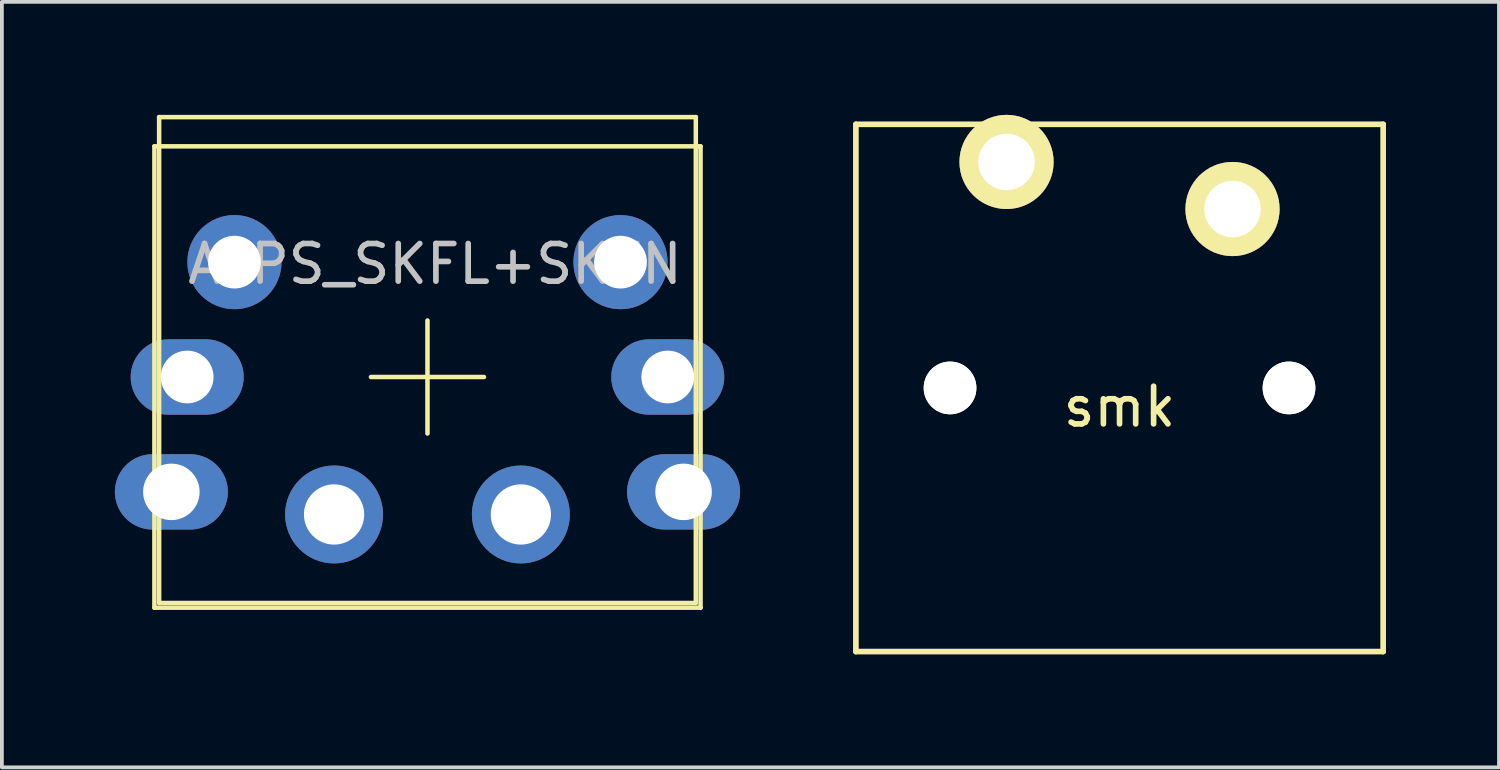
<source format=kicad_pcb>
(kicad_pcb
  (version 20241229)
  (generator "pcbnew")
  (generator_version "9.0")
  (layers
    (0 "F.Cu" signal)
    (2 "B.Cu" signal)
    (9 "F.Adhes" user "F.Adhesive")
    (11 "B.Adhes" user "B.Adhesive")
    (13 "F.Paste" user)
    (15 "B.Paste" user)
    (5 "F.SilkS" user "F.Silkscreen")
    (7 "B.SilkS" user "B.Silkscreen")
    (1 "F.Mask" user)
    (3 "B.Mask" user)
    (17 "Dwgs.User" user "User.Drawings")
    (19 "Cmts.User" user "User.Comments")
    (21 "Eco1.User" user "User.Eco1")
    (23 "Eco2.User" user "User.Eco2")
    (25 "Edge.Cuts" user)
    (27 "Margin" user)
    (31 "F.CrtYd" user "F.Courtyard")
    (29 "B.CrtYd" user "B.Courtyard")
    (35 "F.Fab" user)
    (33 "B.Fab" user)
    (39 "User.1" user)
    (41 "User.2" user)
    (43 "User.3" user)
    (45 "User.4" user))
  (footprint "smk"
    (layer "F.Cu")
    (at 26.675 7.25)
    (property "Reference" "smk" (at 0 0.5 0) (layer "F.SilkS") (effects (font (size 1 1) (thickness 0.15))))
    (attr through_hole)
    (fp_line (start -7 -7) (end -7 7) (stroke (width 0.15) (type solid)) (layer "F.SilkS"))
    (fp_line (start -7 -7) (end 7 -7) (stroke (width 0.15) (type solid)) (layer "F.SilkS"))
    (fp_line (start -7 7) (end 7 7) (stroke (width 0.15) (type solid)) (layer "F.SilkS"))
    (fp_line (start 7 -7) (end 7 7) (stroke (width 0.15) (type solid)) (layer "F.SilkS"))
    (pad "" np_thru_hole circle (at -4.5 0) (size 1.4 1.4) (drill 1.4) (layers "*.Cu" "*.Mask" "F.SilkS"))
    (pad "" np_thru_hole circle (at 4.5 0) (size 1.4 1.4) (drill 1.4) (layers "*.Cu" "*.Mask" "F.SilkS"))
    (pad "1" thru_hole circle (at -3 -6) (size 2.5 2.5) (drill 1.5) (layers "*.Cu" "*.Mask" "F.SilkS"))
    (pad "2" thru_hole circle (at 3 -4.75) (size 2.5 2.5) (drill 1.5) (layers "*.Cu" "*.Mask" "F.SilkS")))
  (footprint "ALPS_SKFL+SKFN"
    (layer "F.Cu")
    (at 8.3 6.96)
    (property "Reference" "ALPS_SKFL+SKFN" (at 0.2 -3 0) (layer "Dwgs.User") (effects (font (size 1 1) (thickness 0.15))))
    (attr through_hole)
    (fp_line (start -7.25 -6.125) (end -7.25 6.125) (stroke (width 0.12) (type solid)) (layer "F.SilkS"))
    (fp_line (start -7.25 -6.125) (end 7.25 -6.125) (stroke (width 0.12) (type solid)) (layer "F.SilkS"))
    (fp_line (start -7.125 -6.9) (end -7.125 6) (stroke (width 0.12) (type solid)) (layer "F.SilkS"))
    (fp_line (start -7.125 -6.9) (end 7.125 -6.9) (stroke (width 0.12) (type solid)) (layer "F.SilkS"))
    (fp_line (start -7.125 6) (end 7.125 6) (stroke (width 0.12) (type solid)) (layer "F.SilkS"))
    (fp_line (start 0 0) (end -1.5 0) (stroke (width 0.12) (type solid)) (layer "F.SilkS"))
    (fp_line (start 0 0) (end 0 -1.5) (stroke (width 0.12) (type solid)) (layer "F.SilkS"))
    (fp_line (start 0 0) (end 0 1.5) (stroke (width 0.12) (type solid)) (layer "F.SilkS"))
    (fp_line (start 0 0) (end 1.5 0) (stroke (width 0.12) (type solid)) (layer "F.SilkS"))
    (fp_line (start 7.125 -6.9) (end 7.125 6) (stroke (width 0.12) (type solid)) (layer "F.SilkS"))
    (fp_line (start 7.25 -6.125) (end 7.25 6.125) (stroke (width 0.12) (type solid)) (layer "F.SilkS"))
    (fp_line (start 7.25 6.125) (end -7.25 6.125) (stroke (width 0.12) (type solid)) (layer "F.SilkS"))
    (pad "" thru_hole oval (at -6.38 0) (size 3 2) (drill 1.4) (layers "*.Cu" "*.Mask"))
    (pad "" thru_hole circle (at -5.125 -3.05) (size 2.5 2.5) (drill 1.4) (layers "*.Cu" "*.Mask"))
    (pad "" thru_hole circle (at 5.125 -3.05) (size 2.5 2.5) (drill 1.4) (layers "*.Cu" "*.Mask"))
    (pad "" thru_hole oval (at 6.38 0) (size 3 2) (drill 1.4) (layers "*.Cu" "*.Mask"))
    (pad "1" thru_hole oval (at -6.8 3.05) (size 3 2) (drill 1.5) (layers "*.Cu" "*.Mask"))
    (pad "1" thru_hole circle (at -2.48 3.65) (size 2.6 2.6) (drill 1.6) (layers "*.Cu" "*.Mask"))
    (pad "2" thru_hole circle (at 2.48 3.65) (size 2.6 2.6) (drill 1.6) (layers "*.Cu" "*.Mask"))
    (pad "2" thru_hole oval (at 6.8 3.05) (size 3 2) (drill 1.5) (layers "*.Cu" "*.Mask")))
  (gr_rect
    (start -3 -3)
    (end 36.75 17.325)
    (stroke (width 0.1) (type default))
    (fill no)
    (layer "Edge.Cuts")))
</source>
